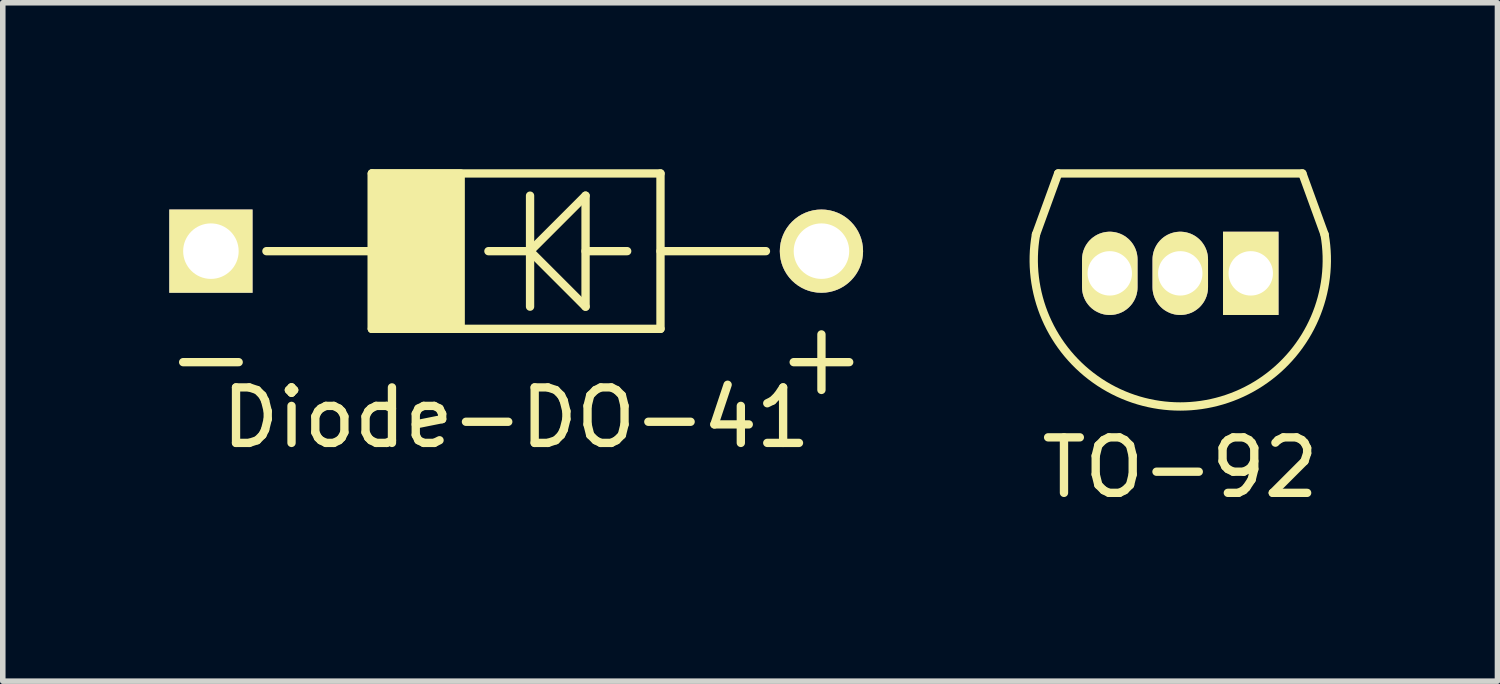
<source format=kicad_pcb>
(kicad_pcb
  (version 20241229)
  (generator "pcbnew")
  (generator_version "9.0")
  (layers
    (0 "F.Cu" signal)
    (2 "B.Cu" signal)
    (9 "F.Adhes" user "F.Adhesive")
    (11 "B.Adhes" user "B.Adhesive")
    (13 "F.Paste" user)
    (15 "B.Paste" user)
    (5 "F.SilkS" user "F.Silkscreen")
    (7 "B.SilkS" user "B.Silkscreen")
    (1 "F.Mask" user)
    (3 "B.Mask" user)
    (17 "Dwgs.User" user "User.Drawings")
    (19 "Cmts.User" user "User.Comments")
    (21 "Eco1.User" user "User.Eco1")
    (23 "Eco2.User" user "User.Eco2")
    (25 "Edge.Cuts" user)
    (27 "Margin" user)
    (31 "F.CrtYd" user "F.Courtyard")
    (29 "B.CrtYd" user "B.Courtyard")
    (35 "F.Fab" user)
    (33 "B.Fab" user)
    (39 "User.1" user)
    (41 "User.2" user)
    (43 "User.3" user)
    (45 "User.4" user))
  (footprint "TO-92"
    (layer "F.Cu")
    (at 18.215 1.875)
    (property "Reference" "TO-92" (at 0 3.5 0) (layer "F.SilkS") (effects (font (size 1 1) (thickness 0.15))))
    (attr through_hole)
    (fp_line (start -2.6 -0.7) (end -2.2 -1.8) (stroke (width 0.15) (type default)) (layer "F.SilkS"))
    (fp_line (start 2.2 -1.8) (end -2.2 -1.8) (stroke (width 0.15) (type solid)) (layer "F.SilkS"))
    (fp_line (start 2.6 -0.7) (end 2.2 -1.8) (stroke (width 0.15) (type default)) (layer "F.SilkS"))
    (fp_arc (start 2.6 -0.7) (mid 0 2.398559) (end -2.6 -0.7) (stroke (width 0.15) (type solid)) (layer "F.SilkS"))
    (pad "1" thru_hole rect (at 1.27 0) (size 1 1.5) (drill 0.8) (layers "*.Cu" "*.Mask" "F.SilkS"))
    (pad "2" thru_hole oval (at 0 0) (size 1 1.5) (drill 0.8) (layers "*.Cu" "*.Mask" "F.SilkS"))
    (pad "3" thru_hole oval (at -1.27 0) (size 1 1.5) (drill 0.8) (layers "*.Cu" "*.Mask" "F.SilkS")))
  (footprint "Diode-DO-41"
    (layer "F.Cu")
    (at 6.25 1.475)
    (property "Reference" "Diode-DO-41" (at 0 3 0) (layer "F.SilkS") (effects (font (size 1 1) (thickness 0.15))))
    (attr through_hole)
    (fp_line (start -5 2) (end -6 2) (stroke (width 0.15) (type solid)) (layer "F.SilkS"))
    (fp_line (start -4.5 0) (end -2.6 0) (stroke (width 0.15) (type solid)) (layer "F.SilkS"))
    (fp_line (start -2.6 -1.4) (end -2.6 1.4) (stroke (width 0.15) (type solid)) (layer "F.SilkS"))
    (fp_line (start -2.6 -1.4) (end 2.6 -1.4) (stroke (width 0.15) (type solid)) (layer "F.SilkS"))
    (fp_line (start 0.25 -1) (end 0.25 1) (stroke (width 0.15) (type solid)) (layer "F.SilkS"))
    (fp_line (start 0.25 0) (end -0.5 0) (stroke (width 0.15) (type solid)) (layer "F.SilkS"))
    (fp_line (start 0.25 0) (end 1.25 -1) (stroke (width 0.15) (type solid)) (layer "F.SilkS"))
    (fp_line (start 1.25 -1) (end 1.25 1) (stroke (width 0.15) (type solid)) (layer "F.SilkS"))
    (fp_line (start 1.25 1) (end 0.25 0) (stroke (width 0.15) (type solid)) (layer "F.SilkS"))
    (fp_line (start 2 0) (end 1.25 0) (stroke (width 0.15) (type solid)) (layer "F.SilkS"))
    (fp_line (start 2.6 -1.4) (end 2.6 1.4) (stroke (width 0.15) (type solid)) (layer "F.SilkS"))
    (fp_line (start 2.6 1.4) (end -2.6 1.4) (stroke (width 0.15) (type solid)) (layer "F.SilkS"))
    (fp_line (start 4.5 0) (end 2.6 0) (stroke (width 0.15) (type solid)) (layer "F.SilkS"))
    (fp_line (start 5 2) (end 6 2) (stroke (width 0.15) (type solid)) (layer "F.SilkS"))
    (fp_line (start 5.5 1.5) (end 5.5 2.5) (stroke (width 0.15) (type solid)) (layer "F.SilkS"))
    (fp_rect (start -2.6 -1.4) (end -1 1.4) (stroke (width 0.15) (type solid)) (fill yes) (layer "F.SilkS"))
    (pad "1" thru_hole rect (at -5.5 0) (size 1.5 1.5) (drill 1) (layers "*.Cu" "*.Mask" "F.SilkS"))
    (pad "2" thru_hole circle (at 5.5 0) (size 1.5 1.5) (drill 1) (layers "*.Cu" "*.Mask" "F.SilkS")))
  (gr_rect
    (start -3 -3)
    (end 23.93 9.223)
    (stroke (width 0.1) (type default))
    (fill no)
    (layer "Edge.Cuts")))
</source>
